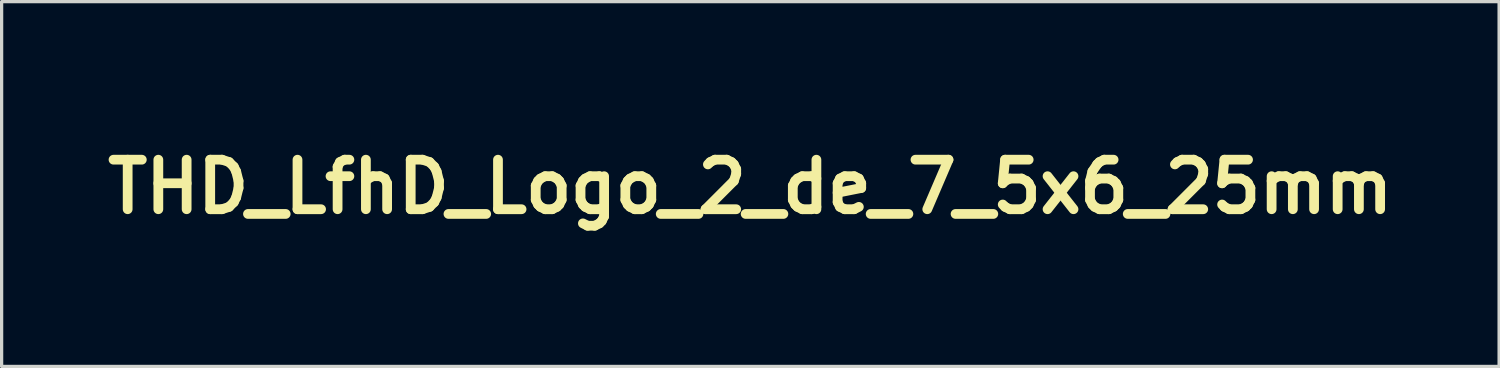
<source format=kicad_pcb>
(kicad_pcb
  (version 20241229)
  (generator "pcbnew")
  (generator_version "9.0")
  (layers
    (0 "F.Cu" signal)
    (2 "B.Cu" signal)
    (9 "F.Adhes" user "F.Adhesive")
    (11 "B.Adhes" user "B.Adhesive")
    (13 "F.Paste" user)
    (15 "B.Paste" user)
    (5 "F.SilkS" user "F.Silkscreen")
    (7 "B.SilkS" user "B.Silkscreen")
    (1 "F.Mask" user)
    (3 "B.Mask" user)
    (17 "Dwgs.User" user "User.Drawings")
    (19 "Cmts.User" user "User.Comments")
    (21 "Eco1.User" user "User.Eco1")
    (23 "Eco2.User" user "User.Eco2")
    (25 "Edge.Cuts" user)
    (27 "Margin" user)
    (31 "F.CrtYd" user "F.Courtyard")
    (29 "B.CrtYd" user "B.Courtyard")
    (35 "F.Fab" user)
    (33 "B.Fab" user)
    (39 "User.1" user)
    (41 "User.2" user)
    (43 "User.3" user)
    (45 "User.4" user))
  (footprint "THD_LfhD_Logo_2_de_7_5x6_25mm"
    (layer "F.Cu")
    (at 20.037 2.698)
    (property "Reference" "THD_LfhD_Logo_2_de_7_5x6_25mm" (at 0 0 0) (layer "F.SilkS") (effects (font (size 1.524 1.524) (thickness 0.3))))
    (attr through_hole)
    (fp_poly (pts (xy -0.106 2.519) (xy -0.212 2.519) (xy -0.212 1.968) (xy -0.106 1.968) (xy -0.106 2.519)) (stroke (width 0.01) (type solid)) (fill yes) (layer "F.Mask"))
    (fp_poly (pts (xy 0.614 2.519) (xy 0.508 2.519) (xy 0.508 1.968) (xy 0.614 1.968) (xy 0.614 2.519)) (stroke (width 0.01) (type solid)) (fill yes) (layer "F.Mask"))
    (fp_poly (pts (xy -1.841 -0.127) (xy -2.583 -0.127) (xy -2.572 -2.318) (xy -2.207 -2.324) (xy -1.841 -2.329) (xy -1.841 -0.127)) (stroke (width 0.01) (type solid)) (fill yes) (layer "F.Mask"))
    (fp_poly (pts (xy -0.619 1.972) (xy -0.561 1.979) (xy -0.549 2.392) (xy -0.275 2.392) (xy -0.275 2.519) (xy -0.677 2.519) (xy -0.677 1.966) (xy -0.619 1.972)) (stroke (width 0.01) (type solid)) (fill yes) (layer "F.Mask"))
    (fp_poly (pts (xy 1.475 0.036) (xy 1.482 0.064) (xy 1.467 0.099) (xy 1.439 0.106) (xy 1.404 0.091) (xy 1.397 0.064) (xy 1.412 0.028) (xy 1.439 0.021) (xy 1.475 0.036)) (stroke (width 0.01) (type solid)) (fill yes) (layer "F.Mask"))
    (fp_poly (pts (xy 1.644 0.036) (xy 1.651 0.064) (xy 1.636 0.099) (xy 1.609 0.106) (xy 1.573 0.091) (xy 1.566 0.064) (xy 1.581 0.028) (xy 1.609 0.021) (xy 1.644 0.036)) (stroke (width 0.01) (type solid)) (fill yes) (layer "F.Mask"))
    (fp_poly (pts (xy -2.54 2.519) (xy -2.593 2.519) (xy -2.633 2.513) (xy -2.648 2.503) (xy -2.648 2.477) (xy -2.649 2.417) (xy -2.649 2.333) (xy -2.649 2.233) (xy -2.648 1.979) (xy -2.594 1.972) (xy -2.54 1.966) (xy -2.54 2.519)) (stroke (width 0.01) (type solid)) (fill yes) (layer "F.Mask"))
    (fp_poly (pts (xy 0.82 -1.402) (xy 0.815 -0.116) (xy 0.725 -0.11) (xy 0.636 -0.103) (xy 0.624 -1.302) (xy -0.074 -1.305) (xy -0.081 -1.404) (xy -0.087 -1.503) (xy 0.635 -1.503) (xy 0.635 -2.688) (xy 0.826 -2.688) (xy 0.82 -1.402)) (stroke (width 0.01) (type solid)) (fill yes) (layer "F.Mask"))
    (fp_poly (pts (xy -1.736 2.519) (xy -1.787 2.519) (xy -1.829 2.513) (xy -1.846 2.503) (xy -1.848 2.477) (xy -1.848 2.417) (xy -1.848 2.333) (xy -1.846 2.232) (xy -1.846 2.228) (xy -1.843 2.119) (xy -1.839 2.047) (xy -1.834 2.002) (xy -1.824 1.979) (xy -1.81 1.97) (xy -1.789 1.968) (xy -1.736 1.968) (xy -1.736 2.519)) (stroke (width 0.01) (type solid)) (fill yes) (layer "F.Mask"))
    (fp_poly (pts (xy -0.259 -1.233) (xy -0.254 -0.148) (xy -0.614 -0.148) (xy -0.756 -0.149) (xy -0.86 -0.152) (xy -0.929 -0.157) (xy -0.97 -0.164) (xy -0.985 -0.175) (xy -0.987 -0.2) (xy -0.989 -0.264) (xy -0.99 -0.362) (xy -0.991 -0.49) (xy -0.991 -0.644) (xy -0.991 -0.819) (xy -0.991 -1.012) (xy -0.99 -1.218) (xy -0.99 -1.259) (xy -0.984 -2.318) (xy -0.265 -2.318) (xy -0.259 -1.233)) (stroke (width 0.01) (type solid)) (fill yes) (layer "F.Mask"))
    (fp_poly (pts (xy 1.725 -0.138) (xy 1.381 -0.132) (xy 1.245 -0.13) (xy 1.146 -0.131) (xy 1.08 -0.135) (xy 1.042 -0.142) (xy 1.026 -0.152) (xy 1.026 -0.153) (xy 1.024 -0.178) (xy 1.023 -0.243) (xy 1.021 -0.341) (xy 1.021 -0.471) (xy 1.02 -0.628) (xy 1.02 -0.808) (xy 1.02 -1.008) (xy 1.02 -1.224) (xy 1.021 -1.429) (xy 1.027 -2.678) (xy 1.725 -2.678) (xy 1.725 -0.138)) (stroke (width 0.01) (type solid)) (fill yes) (layer "F.Mask"))
    (fp_poly (pts (xy -0.254 -2.477) (xy -1.482 -2.477) (xy -1.482 -0.148) (xy -1.543 -0.148) (xy -1.599 -0.144) (xy -1.635 -0.137) (xy -1.67 -0.135) (xy -1.679 -0.14) (xy -1.681 -0.164) (xy -1.684 -0.226) (xy -1.686 -0.322) (xy -1.688 -0.449) (xy -1.69 -0.603) (xy -1.692 -0.779) (xy -1.693 -0.975) (xy -1.693 -1.186) (xy -1.693 -1.316) (xy -1.693 -2.477) (xy -2.921 -2.477) (xy -2.921 -2.688) (xy -0.254 -2.688) (xy -0.254 -2.477)) (stroke (width 0.01) (type solid)) (fill yes) (layer "F.Mask"))
    (fp_poly (pts (xy -1.266 1.972) (xy -1.229 1.977) (xy -1.21 1.988) (xy -1.201 2.007) (xy -1.2 2.014) (xy -1.194 2.063) (xy -1.216 2.088) (xy -1.272 2.095) (xy -1.282 2.095) (xy -1.355 2.095) (xy -1.355 2.519) (xy -1.482 2.519) (xy -1.482 2.098) (xy -1.561 2.091) (xy -1.614 2.083) (xy -1.636 2.064) (xy -1.64 2.032) (xy -1.639 2.008) (xy -1.63 1.992) (xy -1.605 1.983) (xy -1.556 1.978) (xy -1.477 1.975) (xy -1.426 1.973) (xy -1.329 1.971) (xy -1.266 1.972)) (stroke (width 0.01) (type solid)) (fill yes) (layer "F.Mask"))
    (fp_poly (pts (xy 2.789 1.083) (xy 2.847 1.09) (xy 2.847 1.619) (xy 2.789 1.626) (xy 2.754 1.628) (xy 2.737 1.615) (xy 2.731 1.579) (xy 2.731 1.525) (xy 2.731 1.418) (xy 2.519 1.418) (xy 2.519 1.524) (xy 2.517 1.587) (xy 2.509 1.618) (xy 2.487 1.629) (xy 2.455 1.63) (xy 2.391 1.63) (xy 2.396 1.36) (xy 2.402 1.09) (xy 2.461 1.083) (xy 2.495 1.082) (xy 2.512 1.094) (xy 2.518 1.131) (xy 2.519 1.184) (xy 2.519 1.291) (xy 2.731 1.291) (xy 2.731 1.184) (xy 2.732 1.121) (xy 2.74 1.09) (xy 2.76 1.081) (xy 2.789 1.083)) (stroke (width 0.01) (type solid)) (fill yes) (layer "F.Mask"))
    (fp_poly (pts (xy 1.688 1.083) (xy 1.746 1.09) (xy 1.758 1.63) (xy 1.689 1.629) (xy 1.653 1.626) (xy 1.625 1.612) (xy 1.595 1.58) (xy 1.557 1.523) (xy 1.524 1.468) (xy 1.429 1.308) (xy 1.423 1.469) (xy 1.416 1.63) (xy 1.291 1.63) (xy 1.291 1.381) (xy 1.293 1.281) (xy 1.297 1.195) (xy 1.303 1.132) (xy 1.31 1.104) (xy 1.345 1.078) (xy 1.391 1.09) (xy 1.446 1.14) (xy 1.506 1.226) (xy 1.507 1.228) (xy 1.56 1.314) (xy 1.595 1.364) (xy 1.616 1.378) (xy 1.626 1.357) (xy 1.629 1.301) (xy 1.63 1.241) (xy 1.63 1.077) (xy 1.688 1.083)) (stroke (width 0.01) (type solid)) (fill yes) (layer "F.Mask"))
    (fp_poly (pts (xy 1.206 1.206) (xy 1.058 1.206) (xy 0.98 1.208) (xy 0.936 1.213) (xy 0.915 1.225) (xy 0.91 1.245) (xy 0.91 1.249) (xy 0.914 1.272) (xy 0.934 1.285) (xy 0.977 1.29) (xy 1.048 1.291) (xy 1.185 1.291) (xy 1.185 1.354) (xy 1.183 1.388) (xy 1.171 1.407) (xy 1.139 1.417) (xy 1.078 1.421) (xy 1.053 1.422) (xy 0.978 1.428) (xy 0.935 1.439) (xy 0.917 1.457) (xy 0.914 1.466) (xy 0.915 1.485) (xy 0.934 1.496) (xy 0.978 1.502) (xy 1.056 1.503) (xy 1.206 1.503) (xy 1.206 1.63) (xy 0.782 1.63) (xy 0.794 1.09) (xy 1.206 1.078) (xy 1.206 1.206)) (stroke (width 0.01) (type solid)) (fill yes) (layer "F.Mask"))
    (fp_poly (pts (xy 1.203 0.206) (xy 1.196 0.238) (xy 1.18 0.256) (xy 1.143 0.265) (xy 1.076 0.27) (xy 1.064 0.271) (xy 0.991 0.276) (xy 0.95 0.285) (xy 0.934 0.301) (xy 0.931 0.319) (xy 0.937 0.342) (xy 0.959 0.355) (xy 1.009 0.359) (xy 1.048 0.36) (xy 1.114 0.361) (xy 1.149 0.368) (xy 1.162 0.386) (xy 1.164 0.422) (xy 1.164 0.423) (xy 1.162 0.46) (xy 1.149 0.479) (xy 1.115 0.486) (xy 1.05 0.487) (xy 0.931 0.487) (xy 0.931 0.593) (xy 0.93 0.655) (xy 0.921 0.687) (xy 0.899 0.697) (xy 0.868 0.699) (xy 0.804 0.699) (xy 0.804 0.148) (xy 1.209 0.148) (xy 1.203 0.206)) (stroke (width 0.01) (type solid)) (fill yes) (layer "F.Mask"))
    (fp_poly (pts (xy 2.773 2.519) (xy 2.712 2.519) (xy 2.679 2.514) (xy 2.649 2.496) (xy 2.617 2.457) (xy 2.573 2.39) (xy 2.558 2.365) (xy 2.466 2.212) (xy 2.46 2.365) (xy 2.453 2.519) (xy 2.328 2.519) (xy 2.328 1.968) (xy 2.391 1.968) (xy 2.425 1.973) (xy 2.454 1.99) (xy 2.486 2.029) (xy 2.529 2.096) (xy 2.542 2.117) (xy 2.584 2.187) (xy 2.619 2.241) (xy 2.64 2.271) (xy 2.643 2.274) (xy 2.65 2.259) (xy 2.654 2.211) (xy 2.656 2.141) (xy 2.656 2.131) (xy 2.657 2.052) (xy 2.662 2.006) (xy 2.673 1.984) (xy 2.696 1.975) (xy 2.715 1.972) (xy 2.773 1.966) (xy 2.773 2.519)) (stroke (width 0.01) (type solid)) (fill yes) (layer "F.Mask"))
    (fp_poly (pts (xy -1.222 1.09) (xy -1.173 1.111) (xy -1.136 1.148) (xy -1.121 1.17) (xy -1.094 1.242) (xy -1.08 1.333) (xy -1.082 1.426) (xy -1.099 1.501) (xy -1.103 1.51) (xy -1.141 1.567) (xy -1.191 1.603) (xy -1.262 1.623) (xy -1.364 1.629) (xy -1.382 1.629) (xy -1.546 1.63) (xy -1.541 1.36) (xy -1.537 1.206) (xy -1.418 1.206) (xy -1.418 1.503) (xy -1.331 1.503) (xy -1.253 1.492) (xy -1.215 1.466) (xy -1.191 1.407) (xy -1.188 1.334) (xy -1.205 1.268) (xy -1.22 1.245) (xy -1.275 1.214) (xy -1.337 1.206) (xy -1.418 1.206) (xy -1.537 1.206) (xy -1.535 1.09) (xy -1.398 1.084) (xy -1.294 1.082) (xy -1.222 1.09)) (stroke (width 0.01) (type solid)) (fill yes) (layer "F.Mask"))
    (fp_poly (pts (xy 1.143 2.094) (xy 0.99 2.1) (xy 0.907 2.105) (xy 0.859 2.114) (xy 0.838 2.128) (xy 0.836 2.138) (xy 0.846 2.156) (xy 0.882 2.168) (xy 0.95 2.174) (xy 0.979 2.176) (xy 1.055 2.18) (xy 1.097 2.187) (xy 1.117 2.2) (xy 1.122 2.226) (xy 1.122 2.244) (xy 1.12 2.276) (xy 1.109 2.295) (xy 1.079 2.305) (xy 1.02 2.31) (xy 0.979 2.311) (xy 0.899 2.317) (xy 0.854 2.327) (xy 0.837 2.343) (xy 0.836 2.349) (xy 0.846 2.367) (xy 0.879 2.378) (xy 0.944 2.385) (xy 0.99 2.387) (xy 1.143 2.394) (xy 1.143 2.519) (xy 0.72 2.519) (xy 0.72 1.968) (xy 1.143 1.968) (xy 1.143 2.094)) (stroke (width 0.01) (type solid)) (fill yes) (layer "F.Mask"))
    (fp_poly (pts (xy -2.763 1.092) (xy -2.744 1.112) (xy -2.739 1.146) (xy -2.735 1.212) (xy -2.733 1.3) (xy -2.732 1.388) (xy -2.733 1.63) (xy -2.795 1.63) (xy -2.832 1.627) (xy -2.85 1.613) (xy -2.857 1.575) (xy -2.857 1.524) (xy -2.857 1.418) (xy -3.069 1.418) (xy -3.069 1.524) (xy -3.071 1.587) (xy -3.079 1.618) (xy -3.101 1.629) (xy -3.133 1.63) (xy -3.197 1.63) (xy -3.192 1.36) (xy -3.186 1.09) (xy -3.127 1.083) (xy -3.093 1.082) (xy -3.076 1.094) (xy -3.07 1.131) (xy -3.069 1.184) (xy -3.069 1.291) (xy -2.857 1.291) (xy -2.857 1.185) (xy -2.856 1.122) (xy -2.847 1.091) (xy -2.826 1.08) (xy -2.807 1.079) (xy -2.763 1.092)) (stroke (width 0.01) (type solid)) (fill yes) (layer "F.Mask"))
    (fp_poly (pts (xy -2.901 1.974) (xy -2.865 1.987) (xy -2.833 2.011) (xy -2.816 2.028) (xy -2.76 2.112) (xy -2.734 2.212) (xy -2.74 2.316) (xy -2.778 2.411) (xy -2.815 2.459) (xy -2.849 2.489) (xy -2.883 2.507) (xy -2.929 2.516) (xy -3.001 2.519) (xy -3.041 2.519) (xy -3.207 2.519) (xy -3.202 2.249) (xy -3.199 2.095) (xy -3.09 2.095) (xy -3.09 2.392) (xy -3.015 2.392) (xy -2.951 2.386) (xy -2.9 2.371) (xy -2.898 2.37) (xy -2.872 2.345) (xy -2.86 2.301) (xy -2.857 2.244) (xy -2.865 2.167) (xy -2.893 2.121) (xy -2.949 2.1) (xy -3.015 2.095) (xy -3.09 2.095) (xy -3.199 2.095) (xy -3.197 1.979) (xy -3.037 1.973) (xy -2.954 1.971) (xy -2.901 1.974)) (stroke (width 0.01) (type solid)) (fill yes) (layer "F.Mask"))
    (fp_poly (pts (xy 1.397 0.334) (xy 1.399 0.439) (xy 1.409 0.508) (xy 1.429 0.548) (xy 1.461 0.567) (xy 1.503 0.572) (xy 1.549 0.566) (xy 1.58 0.545) (xy 1.598 0.501) (xy 1.607 0.427) (xy 1.609 0.334) (xy 1.609 0.245) (xy 1.612 0.191) (xy 1.62 0.162) (xy 1.635 0.15) (xy 1.659 0.148) (xy 1.662 0.148) (xy 1.714 0.148) (xy 1.714 0.371) (xy 1.714 0.472) (xy 1.711 0.539) (xy 1.704 0.583) (xy 1.69 0.612) (xy 1.669 0.637) (xy 1.658 0.647) (xy 1.591 0.685) (xy 1.506 0.7) (xy 1.42 0.692) (xy 1.355 0.661) (xy 1.314 0.602) (xy 1.287 0.505) (xy 1.273 0.367) (xy 1.271 0.291) (xy 1.27 0.148) (xy 1.397 0.148) (xy 1.397 0.334)) (stroke (width 0.01) (type solid)) (fill yes) (layer "F.Mask"))
    (fp_poly (pts (xy -0.189 0.166) (xy -0.129 0.203) (xy -0.065 0.283) (xy -0.034 0.382) (xy -0.038 0.49) (xy -0.042 0.506) (xy -0.087 0.601) (xy -0.16 0.665) (xy -0.257 0.696) (xy -0.296 0.699) (xy -0.376 0.691) (xy -0.436 0.665) (xy -0.464 0.644) (xy -0.528 0.564) (xy -0.56 0.469) (xy -0.559 0.403) (xy -0.445 0.403) (xy -0.436 0.476) (xy -0.412 0.524) (xy -0.363 0.562) (xy -0.296 0.574) (xy -0.23 0.562) (xy -0.181 0.524) (xy -0.149 0.45) (xy -0.153 0.379) (xy -0.186 0.32) (xy -0.246 0.283) (xy -0.296 0.275) (xy -0.37 0.293) (xy -0.421 0.338) (xy -0.445 0.403) (xy -0.559 0.403) (xy -0.558 0.369) (xy -0.524 0.274) (xy -0.464 0.203) (xy -0.38 0.158) (xy -0.283 0.145) (xy -0.189 0.166)) (stroke (width 0.01) (type solid)) (fill yes) (layer "F.Mask"))
    (fp_poly (pts (xy 1.894 1.979) (xy 1.901 2.175) (xy 1.904 2.267) (xy 1.909 2.325) (xy 1.918 2.358) (xy 1.933 2.375) (xy 1.957 2.383) (xy 2.012 2.394) (xy 2.049 2.389) (xy 2.072 2.362) (xy 2.085 2.308) (xy 2.093 2.219) (xy 2.095 2.18) (xy 2.101 2.087) (xy 2.107 2.028) (xy 2.116 1.995) (xy 2.131 1.979) (xy 2.154 1.974) (xy 2.164 1.972) (xy 2.223 1.966) (xy 2.223 2.19) (xy 2.222 2.291) (xy 2.219 2.358) (xy 2.212 2.402) (xy 2.199 2.432) (xy 2.177 2.457) (xy 2.166 2.467) (xy 2.095 2.508) (xy 2.009 2.523) (xy 1.923 2.512) (xy 1.852 2.475) (xy 1.84 2.464) (xy 1.817 2.436) (xy 1.801 2.403) (xy 1.791 2.356) (xy 1.785 2.286) (xy 1.781 2.188) (xy 1.774 1.965) (xy 1.894 1.979)) (stroke (width 0.01) (type solid)) (fill yes) (layer "F.Mask"))
    (fp_poly (pts (xy 3.365 1.206) (xy 3.217 1.206) (xy 3.139 1.208) (xy 3.095 1.213) (xy 3.074 1.225) (xy 3.069 1.245) (xy 3.069 1.249) (xy 3.073 1.272) (xy 3.093 1.285) (xy 3.136 1.29) (xy 3.207 1.291) (xy 3.344 1.291) (xy 3.344 1.354) (xy 3.342 1.388) (xy 3.33 1.407) (xy 3.298 1.417) (xy 3.237 1.421) (xy 3.212 1.422) (xy 3.137 1.428) (xy 3.094 1.439) (xy 3.076 1.457) (xy 3.073 1.466) (xy 3.074 1.485) (xy 3.093 1.497) (xy 3.137 1.502) (xy 3.213 1.503) (xy 3.291 1.504) (xy 3.336 1.509) (xy 3.358 1.521) (xy 3.368 1.545) (xy 3.371 1.555) (xy 3.374 1.599) (xy 3.37 1.619) (xy 3.345 1.623) (xy 3.288 1.627) (xy 3.207 1.629) (xy 3.15 1.63) (xy 2.941 1.63) (xy 2.953 1.09) (xy 3.365 1.078) (xy 3.365 1.206)) (stroke (width 0.01) (type solid)) (fill yes) (layer "F.Mask"))
    (fp_poly (pts (xy -2.113 1.974) (xy -2.061 1.993) (xy -2.023 2.022) (xy -1.98 2.078) (xy -1.979 2.127) (xy -2.016 2.167) (xy -2.048 2.177) (xy -2.077 2.154) (xy -2.086 2.143) (xy -2.136 2.104) (xy -2.202 2.095) (xy -2.268 2.116) (xy -2.303 2.144) (xy -2.344 2.211) (xy -2.347 2.277) (xy -2.316 2.334) (xy -2.257 2.375) (xy -2.173 2.392) (xy -2.167 2.392) (xy -2.105 2.387) (xy -2.07 2.375) (xy -2.066 2.361) (xy -2.098 2.349) (xy -2.122 2.346) (xy -2.17 2.335) (xy -2.189 2.311) (xy -2.191 2.286) (xy -2.187 2.256) (xy -2.171 2.239) (xy -2.131 2.231) (xy -2.069 2.227) (xy -1.947 2.22) (xy -1.947 2.316) (xy -1.952 2.38) (xy -1.972 2.423) (xy -2.016 2.463) (xy -2.018 2.465) (xy -2.105 2.507) (xy -2.206 2.518) (xy -2.305 2.499) (xy -2.333 2.486) (xy -2.401 2.427) (xy -2.442 2.346) (xy -2.455 2.252) (xy -2.441 2.156) (xy -2.4 2.067) (xy -2.337 2.001) (xy -2.291 1.982) (xy -2.222 1.971) (xy -2.189 1.969) (xy -2.113 1.974)) (stroke (width 0.01) (type solid)) (fill yes) (layer "F.Mask"))
    (fp_poly (pts (xy 0.277 1.98) (xy 0.347 2.013) (xy 0.392 2.059) (xy 0.402 2.099) (xy 0.399 2.122) (xy 0.385 2.133) (xy 0.351 2.132) (xy 0.29 2.12) (xy 0.228 2.105) (xy 0.173 2.099) (xy 0.136 2.104) (xy 0.115 2.124) (xy 0.127 2.149) (xy 0.161 2.171) (xy 0.21 2.18) (xy 0.211 2.18) (xy 0.267 2.192) (xy 0.329 2.221) (xy 0.341 2.228) (xy 0.401 2.288) (xy 0.422 2.356) (xy 0.404 2.426) (xy 0.373 2.466) (xy 0.305 2.507) (xy 0.218 2.523) (xy 0.129 2.514) (xy 0.052 2.48) (xy 0.035 2.467) (xy -0.003 2.423) (xy -0.021 2.384) (xy -0.021 2.38) (xy -0.013 2.357) (xy 0.018 2.354) (xy 0.048 2.359) (xy 0.115 2.371) (xy 0.193 2.383) (xy 0.206 2.385) (xy 0.263 2.39) (xy 0.289 2.383) (xy 0.296 2.359) (xy 0.296 2.352) (xy 0.284 2.316) (xy 0.246 2.307) (xy 0.193 2.299) (xy 0.128 2.279) (xy 0.12 2.275) (xy 0.044 2.227) (xy 0.005 2.165) (xy 0.007 2.094) (xy 0.044 2.024) (xy 0.08 1.989) (xy 0.125 1.972) (xy 0.189 1.968) (xy 0.277 1.98)) (stroke (width 0.01) (type solid)) (fill yes) (layer "F.Mask"))
    (fp_poly (pts (xy -0.978 1.979) (xy -0.956 1.997) (xy -0.933 2.033) (xy -0.905 2.092) (xy -0.868 2.182) (xy -0.844 2.241) (xy -0.806 2.338) (xy -0.774 2.42) (xy -0.752 2.48) (xy -0.741 2.509) (xy -0.741 2.511) (xy -0.759 2.516) (xy -0.802 2.519) (xy -0.85 2.51) (xy -0.878 2.475) (xy -0.886 2.455) (xy -0.904 2.416) (xy -0.93 2.398) (xy -0.979 2.392) (xy -1.006 2.392) (xy -1.068 2.395) (xy -1.101 2.408) (xy -1.122 2.439) (xy -1.128 2.455) (xy -1.155 2.502) (xy -1.197 2.518) (xy -1.211 2.519) (xy -1.254 2.516) (xy -1.27 2.511) (xy -1.263 2.487) (xy -1.244 2.432) (xy -1.216 2.358) (xy -1.184 2.272) (xy -1.175 2.248) (xy -1.054 2.248) (xy -1.038 2.264) (xy -1.018 2.265) (xy -0.981 2.251) (xy -0.974 2.228) (xy -0.982 2.187) (xy -1 2.152) (xy -1.018 2.136) (xy -1.024 2.138) (xy -1.036 2.164) (xy -1.048 2.207) (xy -1.054 2.248) (xy -1.175 2.248) (xy -1.151 2.185) (xy -1.12 2.107) (xy -1.095 2.046) (xy -1.08 2.012) (xy -1.08 2.012) (xy -1.043 1.976) (xy -1.002 1.973) (xy -0.978 1.979)) (stroke (width 0.01) (type solid)) (fill yes) (layer "F.Mask"))
    (fp_poly (pts (xy 1.509 1.969) (xy 1.568 1.973) (xy 1.603 1.982) (xy 1.626 1.999) (xy 1.641 2.02) (xy 1.665 2.084) (xy 1.668 2.15) (xy 1.656 2.208) (xy 1.624 2.248) (xy 1.57 2.279) (xy 1.578 2.296) (xy 1.605 2.338) (xy 1.639 2.387) (xy 1.679 2.444) (xy 1.706 2.488) (xy 1.714 2.505) (xy 1.696 2.515) (xy 1.653 2.519) (xy 1.612 2.512) (xy 1.573 2.485) (xy 1.528 2.43) (xy 1.515 2.413) (xy 1.46 2.346) (xy 1.414 2.311) (xy 1.397 2.307) (xy 1.372 2.313) (xy 1.359 2.336) (xy 1.355 2.388) (xy 1.355 2.413) (xy 1.353 2.476) (xy 1.345 2.507) (xy 1.323 2.518) (xy 1.291 2.519) (xy 1.228 2.519) (xy 1.228 2.15) (xy 1.34 2.15) (xy 1.375 2.172) (xy 1.449 2.18) (xy 1.462 2.18) (xy 1.525 2.178) (xy 1.556 2.168) (xy 1.566 2.147) (xy 1.566 2.138) (xy 1.561 2.112) (xy 1.537 2.1) (xy 1.484 2.096) (xy 1.462 2.095) (xy 1.399 2.099) (xy 1.355 2.11) (xy 1.344 2.117) (xy 1.34 2.15) (xy 1.228 2.15) (xy 1.228 1.968) (xy 1.418 1.968) (xy 1.509 1.969)) (stroke (width 0.01) (type solid)) (fill yes) (layer "F.Mask"))
    (fp_poly (pts (xy 3.205 1.973) (xy 3.254 1.989) (xy 3.299 2.026) (xy 3.304 2.03) (xy 3.35 2.083) (xy 3.362 2.119) (xy 3.342 2.147) (xy 3.321 2.16) (xy 3.283 2.172) (xy 3.246 2.154) (xy 3.23 2.14) (xy 3.168 2.105) (xy 3.098 2.098) (xy 3.037 2.119) (xy 3.02 2.134) (xy 2.99 2.192) (xy 2.985 2.261) (xy 3.003 2.325) (xy 3.032 2.359) (xy 3.074 2.377) (xy 3.133 2.388) (xy 3.192 2.392) (xy 3.239 2.386) (xy 3.26 2.372) (xy 3.26 2.371) (xy 3.241 2.356) (xy 3.197 2.35) (xy 3.196 2.349) (xy 3.151 2.344) (xy 3.135 2.32) (xy 3.133 2.285) (xy 3.133 2.22) (xy 3.254 2.227) (xy 3.324 2.232) (xy 3.362 2.242) (xy 3.378 2.261) (xy 3.383 2.283) (xy 3.377 2.371) (xy 3.336 2.443) (xy 3.263 2.493) (xy 3.164 2.517) (xy 3.126 2.519) (xy 3.057 2.513) (xy 3.003 2.489) (xy 2.956 2.449) (xy 2.888 2.36) (xy 2.86 2.263) (xy 2.872 2.165) (xy 2.924 2.07) (xy 2.952 2.039) (xy 3.001 1.996) (xy 3.048 1.975) (xy 3.112 1.969) (xy 3.132 1.968) (xy 3.205 1.973)) (stroke (width 0.01) (type solid)) (fill yes) (layer "F.Mask"))
    (fp_poly (pts (xy -0.069 1.092) (xy -0.047 1.102) (xy -0.027 1.126) (xy -0.003 1.17) (xy 0.028 1.242) (xy 0.069 1.344) (xy 0.106 1.44) (xy 0.138 1.522) (xy 0.16 1.582) (xy 0.169 1.612) (xy 0.169 1.614) (xy 0.151 1.625) (xy 0.108 1.63) (xy 0.061 1.622) (xy 0.038 1.591) (xy 0.032 1.566) (xy 0.02 1.529) (xy -0.000173 1.51) (xy -0.042 1.503) (xy -0.088 1.503) (xy -0.152 1.505) (xy -0.188 1.516) (xy -0.208 1.543) (xy -0.218 1.566) (xy -0.245 1.613) (xy -0.287 1.629) (xy -0.301 1.63) (xy -0.343 1.628) (xy -0.36 1.625) (xy -0.352 1.604) (xy -0.333 1.551) (xy -0.304 1.474) (xy -0.268 1.379) (xy -0.264 1.369) (xy -0.143 1.369) (xy -0.124 1.376) (xy -0.095 1.376) (xy -0.055 1.373) (xy -0.042 1.368) (xy -0.05 1.345) (xy -0.068 1.299) (xy -0.071 1.291) (xy -0.1 1.223) (xy -0.124 1.292) (xy -0.142 1.345) (xy -0.143 1.369) (xy -0.264 1.369) (xy -0.259 1.355) (xy -0.217 1.248) (xy -0.187 1.175) (xy -0.164 1.128) (xy -0.144 1.103) (xy -0.124 1.092) (xy -0.099 1.09) (xy -0.095 1.09) (xy -0.069 1.092)) (stroke (width 0.01) (type solid)) (fill yes) (layer "F.Mask"))
    (fp_poly (pts (xy 0.334 0.151) (xy 0.404 0.162) (xy 0.45 0.184) (xy 0.479 0.222) (xy 0.495 0.267) (xy 0.498 0.327) (xy 0.478 0.387) (xy 0.442 0.43) (xy 0.423 0.438) (xy 0.389 0.451) (xy 0.381 0.457) (xy 0.393 0.477) (xy 0.423 0.52) (xy 0.455 0.562) (xy 0.503 0.629) (xy 0.524 0.67) (xy 0.518 0.691) (xy 0.486 0.698) (xy 0.471 0.699) (xy 0.429 0.689) (xy 0.386 0.657) (xy 0.338 0.598) (xy 0.287 0.539) (xy 0.24 0.5) (xy 0.217 0.491) (xy 0.189 0.49) (xy 0.175 0.507) (xy 0.17 0.549) (xy 0.169 0.591) (xy 0.168 0.654) (xy 0.16 0.686) (xy 0.138 0.697) (xy 0.106 0.699) (xy 0.042 0.699) (xy 0.042 0.318) (xy 0.169 0.318) (xy 0.175 0.343) (xy 0.199 0.356) (xy 0.251 0.36) (xy 0.275 0.36) (xy 0.339 0.358) (xy 0.37 0.348) (xy 0.381 0.327) (xy 0.381 0.318) (xy 0.375 0.292) (xy 0.352 0.279) (xy 0.3 0.275) (xy 0.275 0.275) (xy 0.212 0.277) (xy 0.18 0.287) (xy 0.17 0.308) (xy 0.169 0.318) (xy 0.042 0.318) (xy 0.042 0.148) (xy 0.23 0.148) (xy 0.334 0.151)) (stroke (width 0.01) (type solid)) (fill yes) (layer "F.Mask"))
    (fp_poly (pts (xy 2.112 0.151) (xy 2.182 0.162) (xy 2.228 0.184) (xy 2.257 0.222) (xy 2.273 0.267) (xy 2.276 0.327) (xy 2.256 0.387) (xy 2.22 0.43) (xy 2.201 0.438) (xy 2.167 0.451) (xy 2.159 0.457) (xy 2.171 0.477) (xy 2.201 0.52) (xy 2.233 0.562) (xy 2.281 0.629) (xy 2.302 0.67) (xy 2.296 0.691) (xy 2.264 0.698) (xy 2.249 0.699) (xy 2.207 0.689) (xy 2.164 0.657) (xy 2.116 0.598) (xy 2.065 0.539) (xy 2.018 0.5) (xy 1.995 0.491) (xy 1.967 0.49) (xy 1.953 0.507) (xy 1.948 0.549) (xy 1.947 0.591) (xy 1.946 0.654) (xy 1.938 0.686) (xy 1.916 0.697) (xy 1.884 0.699) (xy 1.82 0.699) (xy 1.82 0.318) (xy 1.947 0.318) (xy 1.953 0.343) (xy 1.977 0.356) (xy 2.029 0.36) (xy 2.053 0.36) (xy 2.117 0.358) (xy 2.148 0.348) (xy 2.159 0.327) (xy 2.159 0.318) (xy 2.153 0.292) (xy 2.13 0.279) (xy 2.078 0.275) (xy 2.053 0.275) (xy 1.99 0.277) (xy 1.958 0.287) (xy 1.948 0.308) (xy 1.947 0.318) (xy 1.82 0.318) (xy 1.82 0.148) (xy 2.008 0.148) (xy 2.112 0.151)) (stroke (width 0.01) (type solid)) (fill yes) (layer "F.Mask"))
    (fp_poly (pts (xy -2.397 1.092) (xy -2.376 1.102) (xy -2.355 1.126) (xy -2.332 1.17) (xy -2.301 1.242) (xy -2.26 1.344) (xy -2.222 1.44) (xy -2.191 1.522) (xy -2.169 1.582) (xy -2.159 1.612) (xy -2.159 1.614) (xy -2.177 1.625) (xy -2.221 1.63) (xy -2.267 1.622) (xy -2.29 1.591) (xy -2.297 1.566) (xy -2.308 1.529) (xy -2.329 1.51) (xy -2.371 1.503) (xy -2.417 1.503) (xy -2.481 1.505) (xy -2.516 1.516) (xy -2.537 1.543) (xy -2.546 1.566) (xy -2.574 1.613) (xy -2.615 1.629) (xy -2.629 1.63) (xy -2.672 1.628) (xy -2.688 1.625) (xy -2.681 1.604) (xy -2.661 1.551) (xy -2.632 1.474) (xy -2.596 1.379) (xy -2.587 1.355) (xy -2.582 1.342) (xy -2.468 1.342) (xy -2.467 1.368) (xy -2.434 1.376) (xy -2.426 1.376) (xy -2.385 1.373) (xy -2.371 1.366) (xy -2.379 1.342) (xy -2.395 1.303) (xy -2.421 1.261) (xy -2.444 1.25) (xy -2.455 1.273) (xy -2.455 1.279) (xy -2.463 1.325) (xy -2.468 1.342) (xy -2.582 1.342) (xy -2.546 1.248) (xy -2.516 1.175) (xy -2.493 1.128) (xy -2.473 1.103) (xy -2.452 1.092) (xy -2.427 1.09) (xy -2.423 1.09) (xy -2.397 1.092)) (stroke (width 0.01) (type solid)) (fill yes) (layer "F.Mask"))
    (fp_poly (pts (xy -1.99 0.572) (xy -1.852 0.572) (xy -1.778 0.572) (xy -1.737 0.577) (xy -1.719 0.591) (xy -1.715 0.616) (xy -1.714 0.629) (xy -1.711 0.664) (xy -1.7 0.668) (xy -1.68 0.638) (xy -1.65 0.574) (xy -1.609 0.472) (xy -1.588 0.418) (xy -1.477 0.418) (xy -1.475 0.439) (xy -1.448 0.444) (xy -1.427 0.445) (xy -1.389 0.439) (xy -1.383 0.415) (xy -1.387 0.397) (xy -1.41 0.342) (xy -1.433 0.329) (xy -1.456 0.359) (xy -1.46 0.368) (xy -1.477 0.418) (xy -1.588 0.418) (xy -1.582 0.402) (xy -1.543 0.3) (xy -1.515 0.232) (xy -1.493 0.19) (xy -1.473 0.168) (xy -1.451 0.16) (xy -1.429 0.159) (xy -1.403 0.161) (xy -1.382 0.17) (xy -1.362 0.194) (xy -1.338 0.237) (xy -1.307 0.307) (xy -1.266 0.409) (xy -1.258 0.429) (xy -1.149 0.699) (xy -1.218 0.699) (xy -1.268 0.693) (xy -1.292 0.667) (xy -1.302 0.635) (xy -1.313 0.597) (xy -1.334 0.579) (xy -1.376 0.572) (xy -1.422 0.572) (xy -1.486 0.574) (xy -1.521 0.585) (xy -1.542 0.611) (xy -1.552 0.635) (xy -1.576 0.699) (xy -2.106 0.699) (xy -2.097 0.159) (xy -1.99 0.145) (xy -1.99 0.572)) (stroke (width 0.01) (type solid)) (fill yes) (layer "F.Mask"))
    (fp_poly (pts (xy -1.756 1.084) (xy -1.72 1.092) (xy -1.695 1.11) (xy -1.674 1.134) (xy -1.643 1.187) (xy -1.63 1.235) (xy -1.63 1.236) (xy -1.642 1.29) (xy -1.673 1.341) (xy -1.71 1.372) (xy -1.726 1.376) (xy -1.749 1.379) (xy -1.753 1.393) (xy -1.735 1.425) (xy -1.694 1.482) (xy -1.683 1.497) (xy -1.635 1.562) (xy -1.614 1.602) (xy -1.619 1.623) (xy -1.65 1.629) (xy -1.667 1.63) (xy -1.709 1.621) (xy -1.751 1.588) (xy -1.799 1.529) (xy -1.85 1.47) (xy -1.898 1.431) (xy -1.921 1.422) (xy -1.949 1.422) (xy -1.963 1.438) (xy -1.968 1.48) (xy -1.968 1.523) (xy -1.97 1.586) (xy -1.978 1.617) (xy -2 1.629) (xy -2.033 1.63) (xy -2.097 1.63) (xy -2.088 1.25) (xy -1.968 1.25) (xy -1.964 1.276) (xy -1.942 1.288) (xy -1.893 1.288) (xy -1.868 1.287) (xy -1.802 1.278) (xy -1.769 1.261) (xy -1.761 1.244) (xy -1.763 1.221) (xy -1.786 1.21) (xy -1.84 1.207) (xy -1.861 1.206) (xy -1.925 1.209) (xy -1.957 1.218) (xy -1.968 1.238) (xy -1.968 1.25) (xy -2.088 1.25) (xy -2.085 1.09) (xy -1.902 1.084) (xy -1.813 1.082) (xy -1.756 1.084)) (stroke (width 0.01) (type solid)) (fill yes) (layer "F.Mask"))
    (fp_poly (pts (xy 2.09 1.092) (xy 2.112 1.102) (xy 2.132 1.126) (xy 2.156 1.17) (xy 2.187 1.242) (xy 2.228 1.344) (xy 2.265 1.44) (xy 2.297 1.522) (xy 2.319 1.582) (xy 2.328 1.612) (xy 2.328 1.614) (xy 2.31 1.625) (xy 2.267 1.63) (xy 2.22 1.622) (xy 2.197 1.591) (xy 2.191 1.566) (xy 2.179 1.529) (xy 2.159 1.51) (xy 2.117 1.503) (xy 2.071 1.503) (xy 2.007 1.505) (xy 1.971 1.516) (xy 1.951 1.543) (xy 1.941 1.566) (xy 1.914 1.613) (xy 1.872 1.629) (xy 1.858 1.63) (xy 1.816 1.628) (xy 1.799 1.625) (xy 1.807 1.604) (xy 1.826 1.551) (xy 1.855 1.474) (xy 1.891 1.379) (xy 1.9 1.355) (xy 1.905 1.342) (xy 2.019 1.342) (xy 2.02 1.368) (xy 2.054 1.376) (xy 2.061 1.376) (xy 2.102 1.373) (xy 2.117 1.366) (xy 2.109 1.342) (xy 2.092 1.303) (xy 2.066 1.261) (xy 2.043 1.25) (xy 2.032 1.273) (xy 2.032 1.279) (xy 2.025 1.325) (xy 2.019 1.342) (xy 1.905 1.342) (xy 1.942 1.248) (xy 1.972 1.175) (xy 1.995 1.128) (xy 2.015 1.103) (xy 2.035 1.092) (xy 2.06 1.09) (xy 2.064 1.09) (xy 2.09 1.092)) (stroke (width 0.01) (type solid)) (fill yes) (layer "F.Mask"))
    (fp_poly (pts (xy -0.819 0.15) (xy -0.756 0.155) (xy -0.718 0.167) (xy -0.692 0.186) (xy -0.691 0.187) (xy -0.665 0.238) (xy -0.657 0.301) (xy -0.668 0.357) (xy -0.679 0.375) (xy -0.688 0.403) (xy -0.666 0.447) (xy -0.657 0.46) (xy -0.625 0.521) (xy -0.626 0.579) (xy -0.647 0.631) (xy -0.686 0.667) (xy -0.748 0.688) (xy -0.842 0.697) (xy -0.915 0.699) (xy -1.101 0.699) (xy -1.101 0.529) (xy -0.974 0.529) (xy -0.97 0.555) (xy -0.95 0.567) (xy -0.905 0.569) (xy -0.863 0.567) (xy -0.793 0.56) (xy -0.758 0.545) (xy -0.751 0.529) (xy -0.764 0.508) (xy -0.807 0.496) (xy -0.863 0.491) (xy -0.927 0.489) (xy -0.961 0.495) (xy -0.972 0.512) (xy -0.974 0.529) (xy -1.101 0.529) (xy -1.101 0.318) (xy -0.974 0.318) (xy -0.968 0.343) (xy -0.944 0.356) (xy -0.892 0.36) (xy -0.868 0.36) (xy -0.804 0.358) (xy -0.773 0.348) (xy -0.762 0.327) (xy -0.762 0.318) (xy -0.768 0.292) (xy -0.791 0.279) (xy -0.843 0.275) (xy -0.868 0.275) (xy -0.931 0.277) (xy -0.963 0.287) (xy -0.973 0.308) (xy -0.974 0.318) (xy -1.101 0.318) (xy -1.101 0.148) (xy -0.913 0.148) (xy -0.819 0.15)) (stroke (width 0.01) (type solid)) (fill yes) (layer "F.Mask"))
    (fp_poly (pts (xy 0.572 1.084) (xy 0.608 1.092) (xy 0.633 1.11) (xy 0.654 1.134) (xy 0.685 1.187) (xy 0.698 1.235) (xy 0.699 1.236) (xy 0.686 1.29) (xy 0.656 1.341) (xy 0.618 1.372) (xy 0.602 1.376) (xy 0.579 1.379) (xy 0.576 1.393) (xy 0.593 1.425) (xy 0.635 1.482) (xy 0.646 1.497) (xy 0.693 1.562) (xy 0.714 1.602) (xy 0.709 1.623) (xy 0.678 1.629) (xy 0.661 1.63) (xy 0.619 1.621) (xy 0.577 1.588) (xy 0.529 1.529) (xy 0.478 1.47) (xy 0.43 1.431) (xy 0.407 1.422) (xy 0.379 1.422) (xy 0.365 1.438) (xy 0.36 1.48) (xy 0.36 1.523) (xy 0.359 1.586) (xy 0.35 1.617) (xy 0.329 1.629) (xy 0.296 1.63) (xy 0.232 1.63) (xy 0.237 1.36) (xy 0.24 1.25) (xy 0.36 1.25) (xy 0.365 1.276) (xy 0.386 1.288) (xy 0.435 1.288) (xy 0.46 1.287) (xy 0.526 1.278) (xy 0.559 1.261) (xy 0.568 1.244) (xy 0.565 1.221) (xy 0.542 1.21) (xy 0.488 1.207) (xy 0.467 1.206) (xy 0.403 1.209) (xy 0.371 1.218) (xy 0.36 1.238) (xy 0.36 1.25) (xy 0.24 1.25) (xy 0.243 1.09) (xy 0.426 1.084) (xy 0.515 1.082) (xy 0.572 1.084)) (stroke (width 0.01) (type solid)) (fill yes) (layer "F.Mask"))
    (fp_poly (pts (xy 1.984 -2.682) (xy 2.217 -2.633) (xy 2.424 -2.553) (xy 2.612 -2.439) (xy 2.787 -2.289) (xy 2.793 -2.283) (xy 2.907 -2.157) (xy 2.998 -2.025) (xy 3.076 -1.874) (xy 3.113 -1.789) (xy 3.135 -1.708) (xy 3.15 -1.598) (xy 3.16 -1.472) (xy 3.161 -1.341) (xy 3.156 -1.219) (xy 3.142 -1.118) (xy 3.139 -1.105) (xy 3.077 -0.93) (xy 2.981 -0.756) (xy 2.857 -0.592) (xy 2.711 -0.446) (xy 2.552 -0.326) (xy 2.451 -0.27) (xy 2.373 -0.234) (xy 2.308 -0.206) (xy 2.267 -0.192) (xy 2.259 -0.191) (xy 2.219 -0.178) (xy 2.211 -0.172) (xy 2.181 -0.161) (xy 2.121 -0.15) (xy 2.048 -0.141) (xy 1.905 -0.129) (xy 1.905 -0.312) (xy 2.037 -0.338) (xy 2.114 -0.354) (xy 2.179 -0.369) (xy 2.212 -0.379) (xy 2.415 -0.474) (xy 2.59 -0.596) (xy 2.734 -0.744) (xy 2.845 -0.914) (xy 2.921 -1.102) (xy 2.959 -1.306) (xy 2.963 -1.406) (xy 2.961 -1.502) (xy 2.954 -1.59) (xy 2.944 -1.657) (xy 2.94 -1.671) (xy 2.893 -1.795) (xy 2.827 -1.925) (xy 2.753 -2.043) (xy 2.709 -2.1) (xy 2.608 -2.197) (xy 2.484 -2.288) (xy 2.347 -2.367) (xy 2.207 -2.428) (xy 2.075 -2.466) (xy 1.98 -2.477) (xy 1.905 -2.477) (xy 1.905 -2.693) (xy 1.984 -2.682)) (stroke (width 0.01) (type solid)) (fill yes) (layer "F.Mask"))
    (fp_poly (pts (xy -0.561 1.248) (xy -0.542 1.326) (xy -0.525 1.385) (xy -0.512 1.416) (xy -0.509 1.418) (xy -0.5 1.399) (xy -0.486 1.348) (xy -0.469 1.275) (xy -0.465 1.254) (xy -0.449 1.172) (xy -0.434 1.122) (xy -0.417 1.097) (xy -0.393 1.086) (xy -0.376 1.083) (xy -0.348 1.081) (xy -0.331 1.085) (xy -0.323 1.102) (xy -0.325 1.137) (xy -0.336 1.198) (xy -0.358 1.289) (xy -0.379 1.376) (xy -0.439 1.619) (xy -0.508 1.619) (xy -0.542 1.618) (xy -0.565 1.608) (xy -0.582 1.582) (xy -0.598 1.532) (xy -0.619 1.449) (xy -0.62 1.445) (xy -0.641 1.366) (xy -0.66 1.305) (xy -0.675 1.273) (xy -0.678 1.27) (xy -0.692 1.288) (xy -0.706 1.332) (xy -0.706 1.334) (xy -0.719 1.392) (xy -0.74 1.468) (xy -0.753 1.514) (xy -0.774 1.58) (xy -0.793 1.615) (xy -0.819 1.628) (xy -0.849 1.63) (xy -0.896 1.622) (xy -0.921 1.603) (xy -0.928 1.575) (xy -0.942 1.517) (xy -0.96 1.438) (xy -0.981 1.349) (xy -1.001 1.26) (xy -1.018 1.18) (xy -1.031 1.12) (xy -1.037 1.089) (xy -1.037 1.087) (xy -1.019 1.082) (xy -0.979 1.079) (xy -0.95 1.082) (xy -0.93 1.094) (xy -0.914 1.126) (xy -0.897 1.183) (xy -0.88 1.254) (xy -0.84 1.429) (xy -0.794 1.259) (xy -0.771 1.177) (xy -0.753 1.126) (xy -0.734 1.099) (xy -0.709 1.088) (xy -0.674 1.084) (xy -0.6 1.077) (xy -0.561 1.248)) (stroke (width 0.01) (type solid)) (fill yes) (layer "F.Mask")))
  (gr_rect
    (start -3 -3)
    (end 43.074 8.225)
    (stroke (width 0.1) (type default))
    (fill no)
    (layer "Edge.Cuts")))
</source>
